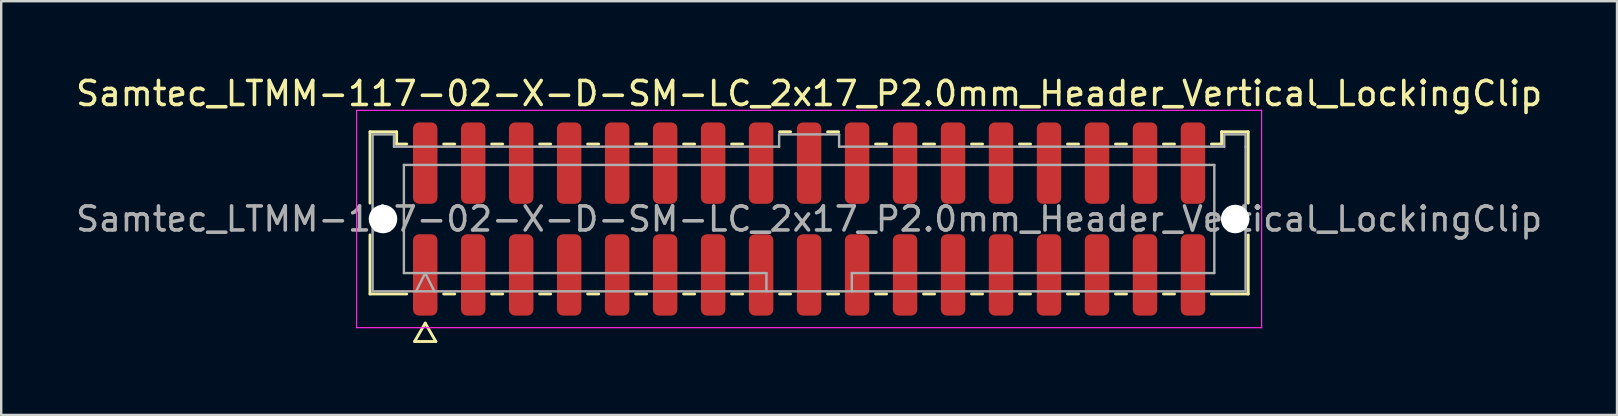
<source format=kicad_pcb>
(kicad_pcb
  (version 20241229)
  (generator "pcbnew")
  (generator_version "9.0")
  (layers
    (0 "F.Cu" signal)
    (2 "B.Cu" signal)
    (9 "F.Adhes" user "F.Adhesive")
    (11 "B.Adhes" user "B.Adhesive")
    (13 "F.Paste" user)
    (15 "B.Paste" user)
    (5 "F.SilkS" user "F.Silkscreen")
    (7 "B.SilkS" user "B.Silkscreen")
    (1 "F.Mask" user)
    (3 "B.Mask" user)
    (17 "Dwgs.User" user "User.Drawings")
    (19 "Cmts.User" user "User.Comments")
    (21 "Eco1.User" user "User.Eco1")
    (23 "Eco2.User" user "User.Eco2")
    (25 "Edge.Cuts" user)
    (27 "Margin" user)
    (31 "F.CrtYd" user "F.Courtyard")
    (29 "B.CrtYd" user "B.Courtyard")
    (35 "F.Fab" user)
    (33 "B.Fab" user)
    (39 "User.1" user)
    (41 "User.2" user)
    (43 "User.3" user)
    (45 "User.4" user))
  (footprint "Samtec_LTMM-117-02-X-D-SM-LC_2x17_P2.0mm_Header_Vertical_LockingClip"
    (layer "F.Cu")
    (at 30.673 6.078)
    (property "Reference" "Samtec_LTMM-117-02-X-D-SM-LC_2x17_P2.0mm_Header_Vertical_LockingClip" (at 0 -5.23 0) (layer "F.SilkS") (effects (font (size 1 1) (thickness 0.15))))
    (attr smd)
    (fp_line (start -18.302 -3.635) (end -17.192 -3.635) (stroke (width 0.12) (type solid)) (layer "F.SilkS"))
    (fp_line (start -18.302 -0.662) (end -18.302 -3.635) (stroke (width 0.12) (type solid)) (layer "F.SilkS"))
    (fp_line (start -18.302 3.125) (end -18.302 0.662) (stroke (width 0.12) (type solid)) (layer "F.SilkS"))
    (fp_line (start -17.192 -3.635) (end -17.192 -3.125) (stroke (width 0.12) (type solid)) (layer "F.SilkS"))
    (fp_line (start -17.192 -3.125) (end -16.77 -3.125) (stroke (width 0.12) (type solid)) (layer "F.SilkS"))
    (fp_line (start -16.77 3.125) (end -18.302 3.125) (stroke (width 0.12) (type solid)) (layer "F.SilkS"))
    (fp_line (start -16.442 5.105) (end -16 4.34) (stroke (width 0.12) (type solid)) (layer "F.SilkS"))
    (fp_line (start -16 4.34) (end -15.558 5.105) (stroke (width 0.12) (type solid)) (layer "F.SilkS"))
    (fp_line (start -15.558 5.105) (end -16.442 5.105) (stroke (width 0.12) (type solid)) (layer "F.SilkS"))
    (fp_line (start -15.23 -3.125) (end -14.77 -3.125) (stroke (width 0.12) (type solid)) (layer "F.SilkS"))
    (fp_line (start -14.77 3.125) (end -15.23 3.125) (stroke (width 0.12) (type solid)) (layer "F.SilkS"))
    (fp_line (start -13.23 -3.125) (end -12.77 -3.125) (stroke (width 0.12) (type solid)) (layer "F.SilkS"))
    (fp_line (start -12.77 3.125) (end -13.23 3.125) (stroke (width 0.12) (type solid)) (layer "F.SilkS"))
    (fp_line (start -11.23 -3.125) (end -10.77 -3.125) (stroke (width 0.12) (type solid)) (layer "F.SilkS"))
    (fp_line (start -10.77 3.125) (end -11.23 3.125) (stroke (width 0.12) (type solid)) (layer "F.SilkS"))
    (fp_line (start -9.23 -3.125) (end -8.77 -3.125) (stroke (width 0.12) (type solid)) (layer "F.SilkS"))
    (fp_line (start -8.77 3.125) (end -9.23 3.125) (stroke (width 0.12) (type solid)) (layer "F.SilkS"))
    (fp_line (start -7.23 -3.125) (end -6.77 -3.125) (stroke (width 0.12) (type solid)) (layer "F.SilkS"))
    (fp_line (start -6.77 3.125) (end -7.23 3.125) (stroke (width 0.12) (type solid)) (layer "F.SilkS"))
    (fp_line (start -5.23 -3.125) (end -4.77 -3.125) (stroke (width 0.12) (type solid)) (layer "F.SilkS"))
    (fp_line (start -4.77 3.125) (end -5.23 3.125) (stroke (width 0.12) (type solid)) (layer "F.SilkS"))
    (fp_line (start -3.23 -3.125) (end -2.77 -3.125) (stroke (width 0.12) (type solid)) (layer "F.SilkS"))
    (fp_line (start -2.77 3.125) (end -3.23 3.125) (stroke (width 0.12) (type solid)) (layer "F.SilkS"))
    (fp_line (start -1.23 -3.635) (end -0.77 -3.635) (stroke (width 0.12) (type solid)) (layer "F.SilkS"))
    (fp_line (start -0.77 3.125) (end -1.23 3.125) (stroke (width 0.12) (type solid)) (layer "F.SilkS"))
    (fp_line (start 0.77 -3.635) (end 1.23 -3.635) (stroke (width 0.12) (type solid)) (layer "F.SilkS"))
    (fp_line (start 1.23 3.125) (end 0.77 3.125) (stroke (width 0.12) (type solid)) (layer "F.SilkS"))
    (fp_line (start 2.77 -3.125) (end 3.23 -3.125) (stroke (width 0.12) (type solid)) (layer "F.SilkS"))
    (fp_line (start 3.23 3.125) (end 2.77 3.125) (stroke (width 0.12) (type solid)) (layer "F.SilkS"))
    (fp_line (start 4.77 -3.125) (end 5.23 -3.125) (stroke (width 0.12) (type solid)) (layer "F.SilkS"))
    (fp_line (start 5.23 3.125) (end 4.77 3.125) (stroke (width 0.12) (type solid)) (layer "F.SilkS"))
    (fp_line (start 6.77 -3.125) (end 7.23 -3.125) (stroke (width 0.12) (type solid)) (layer "F.SilkS"))
    (fp_line (start 7.23 3.125) (end 6.77 3.125) (stroke (width 0.12) (type solid)) (layer "F.SilkS"))
    (fp_line (start 8.77 -3.125) (end 9.23 -3.125) (stroke (width 0.12) (type solid)) (layer "F.SilkS"))
    (fp_line (start 9.23 3.125) (end 8.77 3.125) (stroke (width 0.12) (type solid)) (layer "F.SilkS"))
    (fp_line (start 10.77 -3.125) (end 11.23 -3.125) (stroke (width 0.12) (type solid)) (layer "F.SilkS"))
    (fp_line (start 11.23 3.125) (end 10.77 3.125) (stroke (width 0.12) (type solid)) (layer "F.SilkS"))
    (fp_line (start 12.77 -3.125) (end 13.23 -3.125) (stroke (width 0.12) (type solid)) (layer "F.SilkS"))
    (fp_line (start 13.23 3.125) (end 12.77 3.125) (stroke (width 0.12) (type solid)) (layer "F.SilkS"))
    (fp_line (start 14.77 -3.125) (end 15.23 -3.125) (stroke (width 0.12) (type solid)) (layer "F.SilkS"))
    (fp_line (start 15.23 3.125) (end 14.77 3.125) (stroke (width 0.12) (type solid)) (layer "F.SilkS"))
    (fp_line (start 16.77 -3.125) (end 17.192 -3.125) (stroke (width 0.12) (type solid)) (layer "F.SilkS"))
    (fp_line (start 17.192 -3.635) (end 18.302 -3.635) (stroke (width 0.12) (type solid)) (layer "F.SilkS"))
    (fp_line (start 17.192 -3.125) (end 17.192 -3.635) (stroke (width 0.12) (type solid)) (layer "F.SilkS"))
    (fp_line (start 18.302 -3.635) (end 18.302 -0.662) (stroke (width 0.12) (type solid)) (layer "F.SilkS"))
    (fp_line (start 18.302 0.662) (end 18.302 3.125) (stroke (width 0.12) (type solid)) (layer "F.SilkS"))
    (fp_line (start 18.302 3.125) (end 16.77 3.125) (stroke (width 0.12) (type solid)) (layer "F.SilkS"))
    (fp_line (start -18.86 -4.53) (end -18.86 4.53) (stroke (width 0.05) (type solid)) (layer "F.CrtYd"))
    (fp_line (start -18.86 4.53) (end 18.86 4.53) (stroke (width 0.05) (type solid)) (layer "F.CrtYd"))
    (fp_line (start 18.86 -4.53) (end -18.86 -4.53) (stroke (width 0.05) (type solid)) (layer "F.CrtYd"))
    (fp_line (start 18.86 4.53) (end 18.86 -4.53) (stroke (width 0.05) (type solid)) (layer "F.CrtYd"))
    (fp_line (start -18.192 -3.525) (end -17.302 -3.525) (stroke (width 0.1) (type solid)) (layer "F.Fab"))
    (fp_line (start -18.192 3.015) (end -18.192 -3.525) (stroke (width 0.1) (type solid)) (layer "F.Fab"))
    (fp_line (start -17.302 -3.525) (end -17.302 -3.015) (stroke (width 0.1) (type solid)) (layer "F.Fab"))
    (fp_line (start -17.302 -3.015) (end -1.25 -3.015) (stroke (width 0.1) (type solid)) (layer "F.Fab"))
    (fp_line (start -16.889 -2.253) (end 16.889 -2.253) (stroke (width 0.1) (type solid)) (layer "F.Fab"))
    (fp_line (start -16.889 2.253) (end -16.889 -2.253) (stroke (width 0.1) (type solid)) (layer "F.Fab"))
    (fp_line (start -16.381 3.015) (end -16 2.253) (stroke (width 0.1) (type solid)) (layer "F.Fab"))
    (fp_line (start -16 2.253) (end -15.619 3.015) (stroke (width 0.1) (type solid)) (layer "F.Fab"))
    (fp_line (start -1.78 2.253) (end -16.889 2.253) (stroke (width 0.1) (type solid)) (layer "F.Fab"))
    (fp_line (start -1.78 3.015) (end -1.78 2.253) (stroke (width 0.1) (type solid)) (layer "F.Fab"))
    (fp_line (start -1.25 -3.525) (end 1.25 -3.525) (stroke (width 0.1) (type solid)) (layer "F.Fab"))
    (fp_line (start -1.25 -3.015) (end -1.25 -3.525) (stroke (width 0.1) (type solid)) (layer "F.Fab"))
    (fp_line (start 1.25 -3.525) (end 1.25 -3.015) (stroke (width 0.1) (type solid)) (layer "F.Fab"))
    (fp_line (start 1.25 -3.015) (end 17.302 -3.015) (stroke (width 0.1) (type solid)) (layer "F.Fab"))
    (fp_line (start 1.78 2.253) (end 1.78 3.015) (stroke (width 0.1) (type solid)) (layer "F.Fab"))
    (fp_line (start 16.889 -2.253) (end 16.889 2.253) (stroke (width 0.1) (type solid)) (layer "F.Fab"))
    (fp_line (start 16.889 2.253) (end 1.78 2.253) (stroke (width 0.1) (type solid)) (layer "F.Fab"))
    (fp_line (start 17.302 -3.525) (end 18.192 -3.525) (stroke (width 0.1) (type solid)) (layer "F.Fab"))
    (fp_line (start 17.302 -3.015) (end 17.302 -3.525) (stroke (width 0.1) (type solid)) (layer "F.Fab"))
    (fp_line (start 18.192 -3.525) (end 18.192 -3.015) (stroke (width 0.1) (type solid)) (layer "F.Fab"))
    (fp_line (start 18.192 -3.015) (end 18.192 3.015) (stroke (width 0.1) (type solid)) (layer "F.Fab"))
    (fp_line (start 18.192 3.015) (end -18.192 3.015) (stroke (width 0.1) (type solid)) (layer "F.Fab"))
    (fp_text user "${REFERENCE}" (at 0 0 0) (layer "F.Fab") (effects (font (size 1 1) (thickness 0.15))))
    (pad "" np_thru_hole circle (at -17.76 0) (size 1.19 1.19) (drill 1.19) (layers "*.Cu" "*.Mask"))
    (pad "" np_thru_hole circle (at 17.76 0) (size 1.19 1.19) (drill 1.19) (layers "*.Cu" "*.Mask"))
    (pad "1" smd roundrect (at -16 2.33) (size 1.02 3.39) (layers "F.Cu" "F.Mask" "F.Paste") (roundrect_rratio 0.245))
    (pad "2" smd roundrect (at -16 -2.33) (size 1.02 3.39) (layers "F.Cu" "F.Mask" "F.Paste") (roundrect_rratio 0.245))
    (pad "3" smd roundrect (at -14 2.33) (size 1.02 3.39) (layers "F.Cu" "F.Mask" "F.Paste") (roundrect_rratio 0.245))
    (pad "4" smd roundrect (at -14 -2.33) (size 1.02 3.39) (layers "F.Cu" "F.Mask" "F.Paste") (roundrect_rratio 0.245))
    (pad "5" smd roundrect (at -12 2.33) (size 1.02 3.39) (layers "F.Cu" "F.Mask" "F.Paste") (roundrect_rratio 0.245))
    (pad "6" smd roundrect (at -12 -2.33) (size 1.02 3.39) (layers "F.Cu" "F.Mask" "F.Paste") (roundrect_rratio 0.245))
    (pad "7" smd roundrect (at -10 2.33) (size 1.02 3.39) (layers "F.Cu" "F.Mask" "F.Paste") (roundrect_rratio 0.245))
    (pad "8" smd roundrect (at -10 -2.33) (size 1.02 3.39) (layers "F.Cu" "F.Mask" "F.Paste") (roundrect_rratio 0.245))
    (pad "9" smd roundrect (at -8 2.33) (size 1.02 3.39) (layers "F.Cu" "F.Mask" "F.Paste") (roundrect_rratio 0.245))
    (pad "10" smd roundrect (at -8 -2.33) (size 1.02 3.39) (layers "F.Cu" "F.Mask" "F.Paste") (roundrect_rratio 0.245))
    (pad "11" smd roundrect (at -6 2.33) (size 1.02 3.39) (layers "F.Cu" "F.Mask" "F.Paste") (roundrect_rratio 0.245))
    (pad "12" smd roundrect (at -6 -2.33) (size 1.02 3.39) (layers "F.Cu" "F.Mask" "F.Paste") (roundrect_rratio 0.245))
    (pad "13" smd roundrect (at -4 2.33) (size 1.02 3.39) (layers "F.Cu" "F.Mask" "F.Paste") (roundrect_rratio 0.245))
    (pad "14" smd roundrect (at -4 -2.33) (size 1.02 3.39) (layers "F.Cu" "F.Mask" "F.Paste") (roundrect_rratio 0.245))
    (pad "15" smd roundrect (at -2 2.33) (size 1.02 3.39) (layers "F.Cu" "F.Mask" "F.Paste") (roundrect_rratio 0.245))
    (pad "16" smd roundrect (at -2 -2.33) (size 1.02 3.39) (layers "F.Cu" "F.Mask" "F.Paste") (roundrect_rratio 0.245))
    (pad "17" smd roundrect (at 0 2.33) (size 1.02 3.39) (layers "F.Cu" "F.Mask" "F.Paste") (roundrect_rratio 0.245))
    (pad "18" smd roundrect (at 0 -2.33) (size 1.02 3.39) (layers "F.Cu" "F.Mask" "F.Paste") (roundrect_rratio 0.245))
    (pad "19" smd roundrect (at 2 2.33) (size 1.02 3.39) (layers "F.Cu" "F.Mask" "F.Paste") (roundrect_rratio 0.245))
    (pad "20" smd roundrect (at 2 -2.33) (size 1.02 3.39) (layers "F.Cu" "F.Mask" "F.Paste") (roundrect_rratio 0.245))
    (pad "21" smd roundrect (at 4 2.33) (size 1.02 3.39) (layers "F.Cu" "F.Mask" "F.Paste") (roundrect_rratio 0.245))
    (pad "22" smd roundrect (at 4 -2.33) (size 1.02 3.39) (layers "F.Cu" "F.Mask" "F.Paste") (roundrect_rratio 0.245))
    (pad "23" smd roundrect (at 6 2.33) (size 1.02 3.39) (layers "F.Cu" "F.Mask" "F.Paste") (roundrect_rratio 0.245))
    (pad "24" smd roundrect (at 6 -2.33) (size 1.02 3.39) (layers "F.Cu" "F.Mask" "F.Paste") (roundrect_rratio 0.245))
    (pad "25" smd roundrect (at 8 2.33) (size 1.02 3.39) (layers "F.Cu" "F.Mask" "F.Paste") (roundrect_rratio 0.245))
    (pad "26" smd roundrect (at 8 -2.33) (size 1.02 3.39) (layers "F.Cu" "F.Mask" "F.Paste") (roundrect_rratio 0.245))
    (pad "27" smd roundrect (at 10 2.33) (size 1.02 3.39) (layers "F.Cu" "F.Mask" "F.Paste") (roundrect_rratio 0.245))
    (pad "28" smd roundrect (at 10 -2.33) (size 1.02 3.39) (layers "F.Cu" "F.Mask" "F.Paste") (roundrect_rratio 0.245))
    (pad "29" smd roundrect (at 12 2.33) (size 1.02 3.39) (layers "F.Cu" "F.Mask" "F.Paste") (roundrect_rratio 0.245))
    (pad "30" smd roundrect (at 12 -2.33) (size 1.02 3.39) (layers "F.Cu" "F.Mask" "F.Paste") (roundrect_rratio 0.245))
    (pad "31" smd roundrect (at 14 2.33) (size 1.02 3.39) (layers "F.Cu" "F.Mask" "F.Paste") (roundrect_rratio 0.245))
    (pad "32" smd roundrect (at 14 -2.33) (size 1.02 3.39) (layers "F.Cu" "F.Mask" "F.Paste") (roundrect_rratio 0.245))
    (pad "33" smd roundrect (at 16 2.33) (size 1.02 3.39) (layers "F.Cu" "F.Mask" "F.Paste") (roundrect_rratio 0.245))
    (pad "34" smd roundrect (at 16 -2.33) (size 1.02 3.39) (layers "F.Cu" "F.Mask" "F.Paste") (roundrect_rratio 0.245)))
  (gr_rect
    (start -3 -3)
    (end 64.345 14.243)
    (stroke (width 0.1) (type default))
    (fill no)
    (layer "Edge.Cuts")))
</source>
